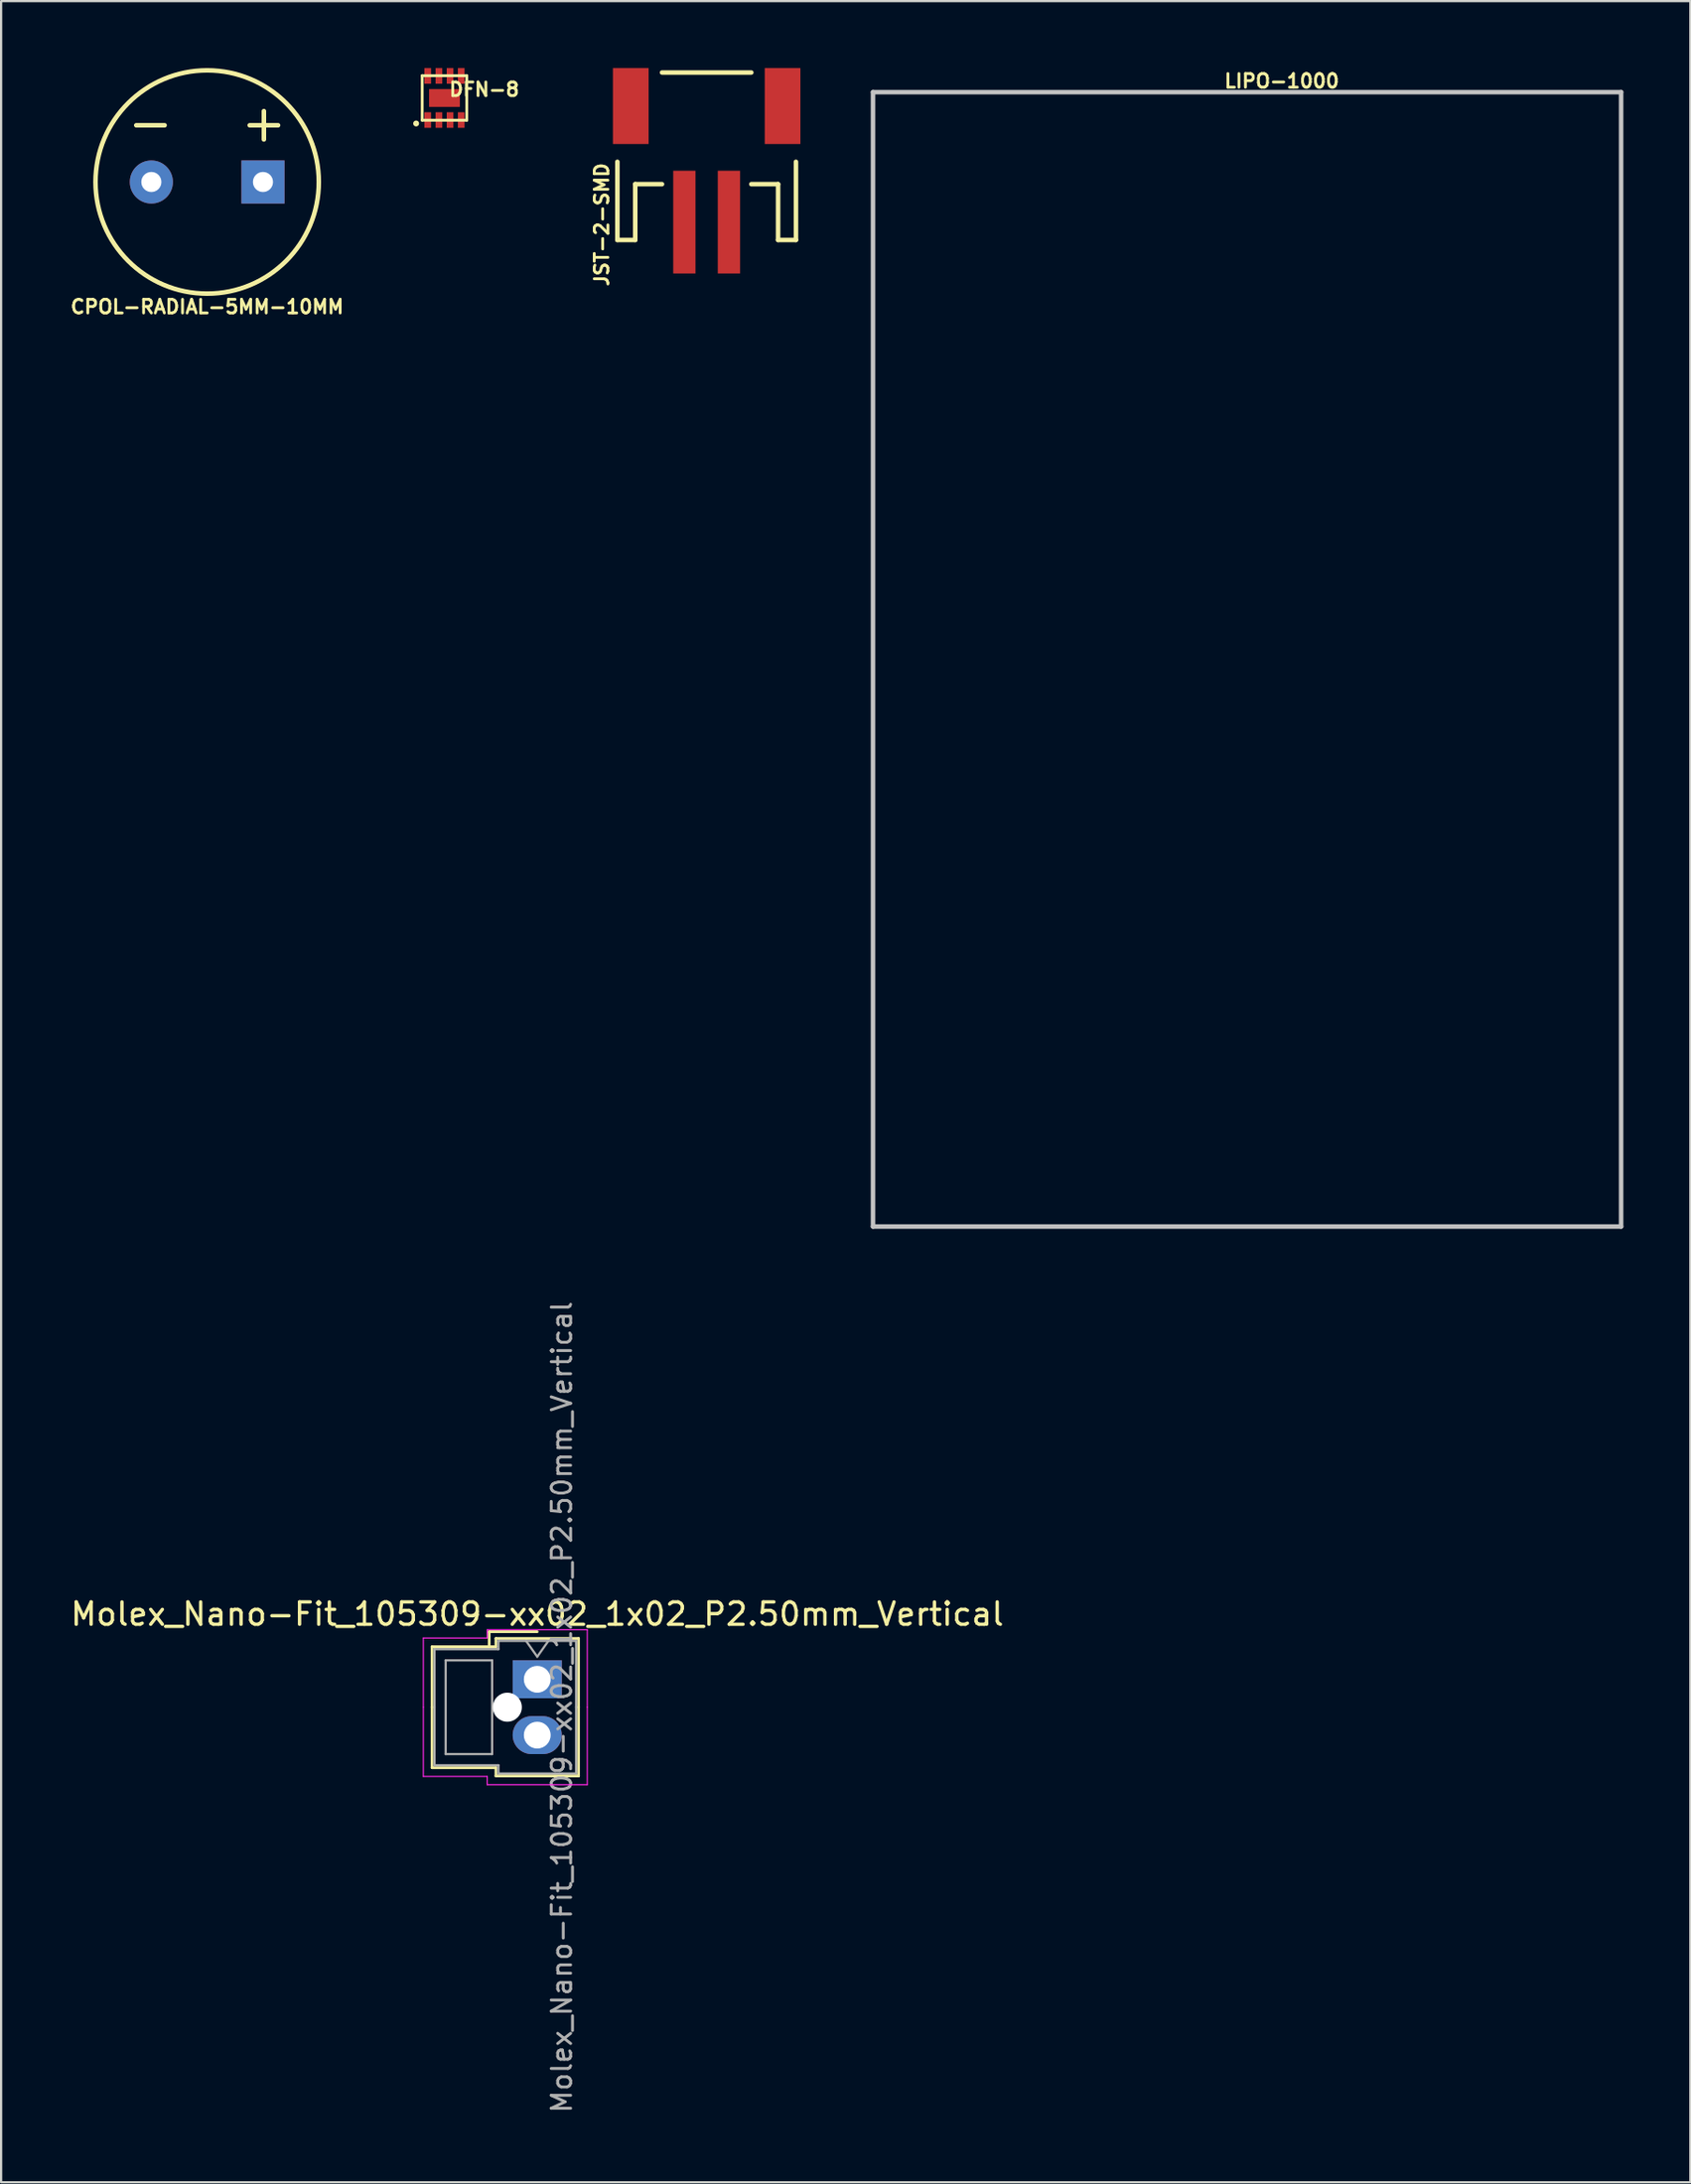
<source format=kicad_pcb>
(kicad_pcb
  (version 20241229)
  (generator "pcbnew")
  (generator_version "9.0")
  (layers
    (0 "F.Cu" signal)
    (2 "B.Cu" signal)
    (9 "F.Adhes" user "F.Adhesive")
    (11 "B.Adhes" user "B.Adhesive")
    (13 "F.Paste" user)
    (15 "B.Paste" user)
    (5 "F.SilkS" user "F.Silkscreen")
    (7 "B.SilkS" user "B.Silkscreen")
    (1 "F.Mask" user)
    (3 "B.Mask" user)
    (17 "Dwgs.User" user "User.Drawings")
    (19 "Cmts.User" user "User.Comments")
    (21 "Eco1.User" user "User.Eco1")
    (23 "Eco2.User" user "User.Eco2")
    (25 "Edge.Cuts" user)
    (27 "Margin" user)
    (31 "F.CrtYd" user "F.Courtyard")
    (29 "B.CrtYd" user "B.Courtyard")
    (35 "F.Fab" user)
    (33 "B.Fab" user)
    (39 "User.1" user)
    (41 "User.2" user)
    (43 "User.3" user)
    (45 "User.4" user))
  (footprint "CPOL-RADIAL-5MM-10MM"
    (layer "F.Cu")
    (at 6.226 5.1)
    (property "Reference" "CPOL-RADIAL-5MM-10MM" (at 0 5.588 0) (layer "F.SilkS") (effects (font (size 0.61 0.61) (thickness 0.127))))
    (attr exclude_from_pos_files exclude_from_bom)
    (fp_line (start -1.905 -2.54) (end -3.175 -2.54) (stroke (width 0.203) (type solid)) (layer "F.SilkS"))
    (fp_line (start 2.54 -3.175) (end 2.54 -1.905) (stroke (width 0.203) (type solid)) (layer "F.SilkS"))
    (fp_line (start 3.175 -2.54) (end 1.905 -2.54) (stroke (width 0.203) (type solid)) (layer "F.SilkS"))
    (fp_circle (center 0 0) (end 0 -4.999) (stroke (width 0.203) (type solid)) (fill no) (layer "F.SilkS"))
    (pad "+" thru_hole rect (at 2.499 0) (size 1.93 1.93) (drill 0.899) (layers "*.Cu" "*.Mask"))
    (pad "-" thru_hole circle (at -2.499 0) (size 1.93 1.93) (drill 0.899) (layers "*.Cu" "*.Mask")))
  (footprint "DFN-8"
    (layer "F.Cu")
    (at 16.853 1.337)
    (property "Reference" "DFN-8" (at 1.778 -0.381 0) (layer "F.SilkS") (effects (font (size 0.61 0.61) (thickness 0.127))))
    (attr smd)
    (fp_line (start -0.998 -0.998) (end 0.998 -0.998) (stroke (width 0.127) (type solid)) (layer "F.SilkS"))
    (fp_line (start -0.998 0.998) (end -0.998 -0.998) (stroke (width 0.127) (type solid)) (layer "F.SilkS"))
    (fp_line (start 0.998 -0.998) (end 0.998 0.998) (stroke (width 0.127) (type solid)) (layer "F.SilkS"))
    (fp_line (start 0.998 0.998) (end -0.998 0.998) (stroke (width 0.127) (type solid)) (layer "F.SilkS"))
    (fp_circle (center -1.27 1.143) (end -1.27 1.074) (stroke (width 0.127) (type solid)) (fill no) (layer "F.SilkS"))
    (pad "P$1" smd rect (at -0.749 0.988 90) (size 0.699 0.3) (layers "F.Cu" "F.Mask" "F.Paste"))
    (pad "P$2" smd rect (at -0.249 0.988 90) (size 0.699 0.3) (layers "F.Cu" "F.Mask" "F.Paste"))
    (pad "P$3" smd rect (at 0.249 0.988 90) (size 0.699 0.3) (layers "F.Cu" "F.Mask" "F.Paste"))
    (pad "P$4" smd rect (at 0.749 0.988 90) (size 0.699 0.3) (layers "F.Cu" "F.Mask" "F.Paste"))
    (pad "P$5" smd rect (at 0.749 -0.988 90) (size 0.699 0.3) (layers "F.Cu" "F.Mask" "F.Paste"))
    (pad "P$6" smd rect (at 0.249 -0.988 90) (size 0.699 0.3) (layers "F.Cu" "F.Mask" "F.Paste"))
    (pad "P$7" smd rect (at -0.249 -0.988 90) (size 0.699 0.3) (layers "F.Cu" "F.Mask" "F.Paste"))
    (pad "P$8" smd rect (at -0.749 -0.988 90) (size 0.699 0.3) (layers "F.Cu" "F.Mask" "F.Paste"))
    (pad "P$9" smd rect (at 0 0) (size 1.379 0.798) (layers "F.Cu" "F.Mask" "F.Paste")))
  (footprint "Molex_Nano-Fit_105309-xx02_1x02_P2.50mm_Vertical"
    (layer "F.Cu")
    (at 21.006 72.152)
    (property "Reference" "Molex_Nano-Fit_105309-xx02_1x02_P2.50mm_Vertical" (at 0 -2.92 0) (layer "F.SilkS") (effects (font (size 1 1) (thickness 0.15))))
    (attr through_hole)
    (fp_line (start -4.71 -1.46) (end -4.71 1.25) (stroke (width 0.12) (type solid)) (layer "F.SilkS"))
    (fp_line (start -4.71 3.96) (end -4.71 1.25) (stroke (width 0.12) (type solid)) (layer "F.SilkS"))
    (fp_line (start -2.15 -2.13) (end -2.15 -1.46) (stroke (width 0.12) (type solid)) (layer "F.SilkS"))
    (fp_line (start -1.85 -1.83) (end -1.85 -1.46) (stroke (width 0.12) (type solid)) (layer "F.SilkS"))
    (fp_line (start -1.85 -1.46) (end -4.71 -1.46) (stroke (width 0.12) (type solid)) (layer "F.SilkS"))
    (fp_line (start -1.85 3.96) (end -4.71 3.96) (stroke (width 0.12) (type solid)) (layer "F.SilkS"))
    (fp_line (start -1.85 4.33) (end -1.85 3.96) (stroke (width 0.12) (type solid)) (layer "F.SilkS"))
    (fp_line (start 0 -2.13) (end -2.15 -2.13) (stroke (width 0.12) (type solid)) (layer "F.SilkS"))
    (fp_line (start 1.85 -1.83) (end -1.85 -1.83) (stroke (width 0.12) (type solid)) (layer "F.SilkS"))
    (fp_line (start 1.85 1.25) (end 1.85 -1.83) (stroke (width 0.12) (type solid)) (layer "F.SilkS"))
    (fp_line (start 1.85 1.25) (end 1.85 4.33) (stroke (width 0.12) (type solid)) (layer "F.SilkS"))
    (fp_line (start 1.85 4.33) (end -1.85 4.33) (stroke (width 0.12) (type solid)) (layer "F.SilkS"))
    (fp_line (start -5.1 -1.85) (end -5.1 1.25) (stroke (width 0.05) (type solid)) (layer "F.CrtYd"))
    (fp_line (start -5.1 4.35) (end -5.1 1.25) (stroke (width 0.05) (type solid)) (layer "F.CrtYd"))
    (fp_line (start -2.24 -2.22) (end -2.24 -1.85) (stroke (width 0.05) (type solid)) (layer "F.CrtYd"))
    (fp_line (start -2.24 -1.85) (end -5.1 -1.85) (stroke (width 0.05) (type solid)) (layer "F.CrtYd"))
    (fp_line (start -2.24 4.35) (end -5.1 4.35) (stroke (width 0.05) (type solid)) (layer "F.CrtYd"))
    (fp_line (start -2.24 4.72) (end -2.24 4.35) (stroke (width 0.05) (type solid)) (layer "F.CrtYd"))
    (fp_line (start 2.24 -2.22) (end -2.24 -2.22) (stroke (width 0.05) (type solid)) (layer "F.CrtYd"))
    (fp_line (start 2.24 1.25) (end 2.24 -2.22) (stroke (width 0.05) (type solid)) (layer "F.CrtYd"))
    (fp_line (start 2.24 1.25) (end 2.24 4.72) (stroke (width 0.05) (type solid)) (layer "F.CrtYd"))
    (fp_line (start 2.24 4.72) (end -2.24 4.72) (stroke (width 0.05) (type solid)) (layer "F.CrtYd"))
    (fp_line (start -4.6 -1.35) (end -4.6 1.25) (stroke (width 0.1) (type solid)) (layer "F.Fab"))
    (fp_line (start -4.6 3.85) (end -4.6 1.25) (stroke (width 0.1) (type solid)) (layer "F.Fab"))
    (fp_line (start -4.1 -0.85) (end -4.1 3.35) (stroke (width 0.1) (type solid)) (layer "F.Fab"))
    (fp_line (start -4.1 3.35) (end -2.02 3.35) (stroke (width 0.1) (type solid)) (layer "F.Fab"))
    (fp_line (start -2.02 -0.85) (end -4.1 -0.85) (stroke (width 0.1) (type solid)) (layer "F.Fab"))
    (fp_line (start -2.02 3.35) (end -2.02 -0.85) (stroke (width 0.1) (type solid)) (layer "F.Fab"))
    (fp_line (start -1.74 -1.72) (end -1.74 -1.35) (stroke (width 0.1) (type solid)) (layer "F.Fab"))
    (fp_line (start -1.74 -1.35) (end -4.6 -1.35) (stroke (width 0.1) (type solid)) (layer "F.Fab"))
    (fp_line (start -1.74 3.85) (end -4.6 3.85) (stroke (width 0.1) (type solid)) (layer "F.Fab"))
    (fp_line (start -1.74 4.22) (end -1.74 3.85) (stroke (width 0.1) (type solid)) (layer "F.Fab"))
    (fp_line (start -0.5 -1.72) (end 0 -1.013) (stroke (width 0.1) (type solid)) (layer "F.Fab"))
    (fp_line (start 0 -1.013) (end 0.5 -1.72) (stroke (width 0.1) (type solid)) (layer "F.Fab"))
    (fp_line (start 1.74 -1.72) (end -1.74 -1.72) (stroke (width 0.1) (type solid)) (layer "F.Fab"))
    (fp_line (start 1.74 1.25) (end 1.74 -1.72) (stroke (width 0.1) (type solid)) (layer "F.Fab"))
    (fp_line (start 1.74 1.25) (end 1.74 4.22) (stroke (width 0.1) (type solid)) (layer "F.Fab"))
    (fp_line (start 1.74 4.22) (end -1.74 4.22) (stroke (width 0.1) (type solid)) (layer "F.Fab"))
    (fp_text user "${REFERENCE}" (at 1.1 1.25 90) (layer "F.Fab") (effects (font (size 0.87 0.87) (thickness 0.13))))
    (pad "" np_thru_hole circle (at -1.34 1.25) (size 1.3 1.3) (drill 1.3) (layers "*.Cu" "*.Mask"))
    (pad "1" thru_hole rect (at 0 0) (size 2.2 1.7) (drill 1.2) (layers "*.Cu" "*.Mask"))
    (pad "2" thru_hole oval (at 0 2.5) (size 2.2 1.7) (drill 1.2) (layers "*.Cu" "*.Mask")))
  (footprint "LIPO-1000"
    (layer "F.Cu")
    (at 36.04 51.877)
    (property "Reference" "LIPO-1000" (at 18.303 -51.298 0) (layer "F.SilkS") (effects (font (size 0.61 0.61) (thickness 0.127))))
    (attr exclude_from_pos_files exclude_from_bom)
    (fp_line (start 0 -50.8) (end 0 0) (stroke (width 0.203) (type solid)) (layer "Dwgs.User"))
    (fp_line (start 0 0) (end 33.498 0) (stroke (width 0.203) (type solid)) (layer "Dwgs.User"))
    (fp_line (start 33.498 -50.8) (end 0 -50.8) (stroke (width 0.203) (type solid)) (layer "Dwgs.User"))
    (fp_line (start 33.498 0) (end 33.498 -50.8) (stroke (width 0.203) (type solid)) (layer "Dwgs.User")))
  (footprint "JST-2-SMD"
    (layer "F.Cu")
    (at 28.592 3.198)
    (property "Reference" "JST-2-SMD" (at -4.699 3.81 90) (layer "F.SilkS") (effects (font (size 0.61 0.61) (thickness 0.127))))
    (attr smd)
    (fp_line (start -3.998 0.998) (end -3.998 4.498) (stroke (width 0.203) (type solid)) (layer "F.SilkS"))
    (fp_line (start -3.998 4.498) (end -3.198 4.498) (stroke (width 0.203) (type solid)) (layer "F.SilkS"))
    (fp_line (start -3.198 1.999) (end -1.999 1.999) (stroke (width 0.203) (type solid)) (layer "F.SilkS"))
    (fp_line (start -3.198 4.498) (end -3.198 1.999) (stroke (width 0.203) (type solid)) (layer "F.SilkS"))
    (fp_line (start 1.999 -3) (end -1.999 -3) (stroke (width 0.203) (type solid)) (layer "F.SilkS"))
    (fp_line (start 1.999 1.999) (end 3.198 1.999) (stroke (width 0.203) (type solid)) (layer "F.SilkS"))
    (fp_line (start 3.198 1.999) (end 3.198 4.498) (stroke (width 0.203) (type solid)) (layer "F.SilkS"))
    (fp_line (start 3.198 4.498) (end 3.998 4.498) (stroke (width 0.203) (type solid)) (layer "F.SilkS"))
    (fp_line (start 3.998 4.498) (end 3.998 0.998) (stroke (width 0.203) (type solid)) (layer "F.SilkS"))
    (pad "1" smd rect (at -0.998 3.698) (size 0.998 4.6) (layers "F.Cu" "F.Mask" "F.Paste"))
    (pad "2" smd rect (at 0.998 3.698) (size 0.998 4.6) (layers "F.Cu" "F.Mask" "F.Paste"))
    (pad "NC1" smd rect (at -3.399 -1.499 90) (size 3.399 1.598) (layers "F.Cu" "F.Mask" "F.Paste"))
    (pad "NC2" smd rect (at 3.399 -1.499 90) (size 3.399 1.598) (layers "F.Cu" "F.Mask" "F.Paste")))
  (gr_rect
    (start -3 -3)
    (end 72.639 94.676)
    (stroke (width 0.1) (type default))
    (fill no)
    (layer "Edge.Cuts")))
</source>
